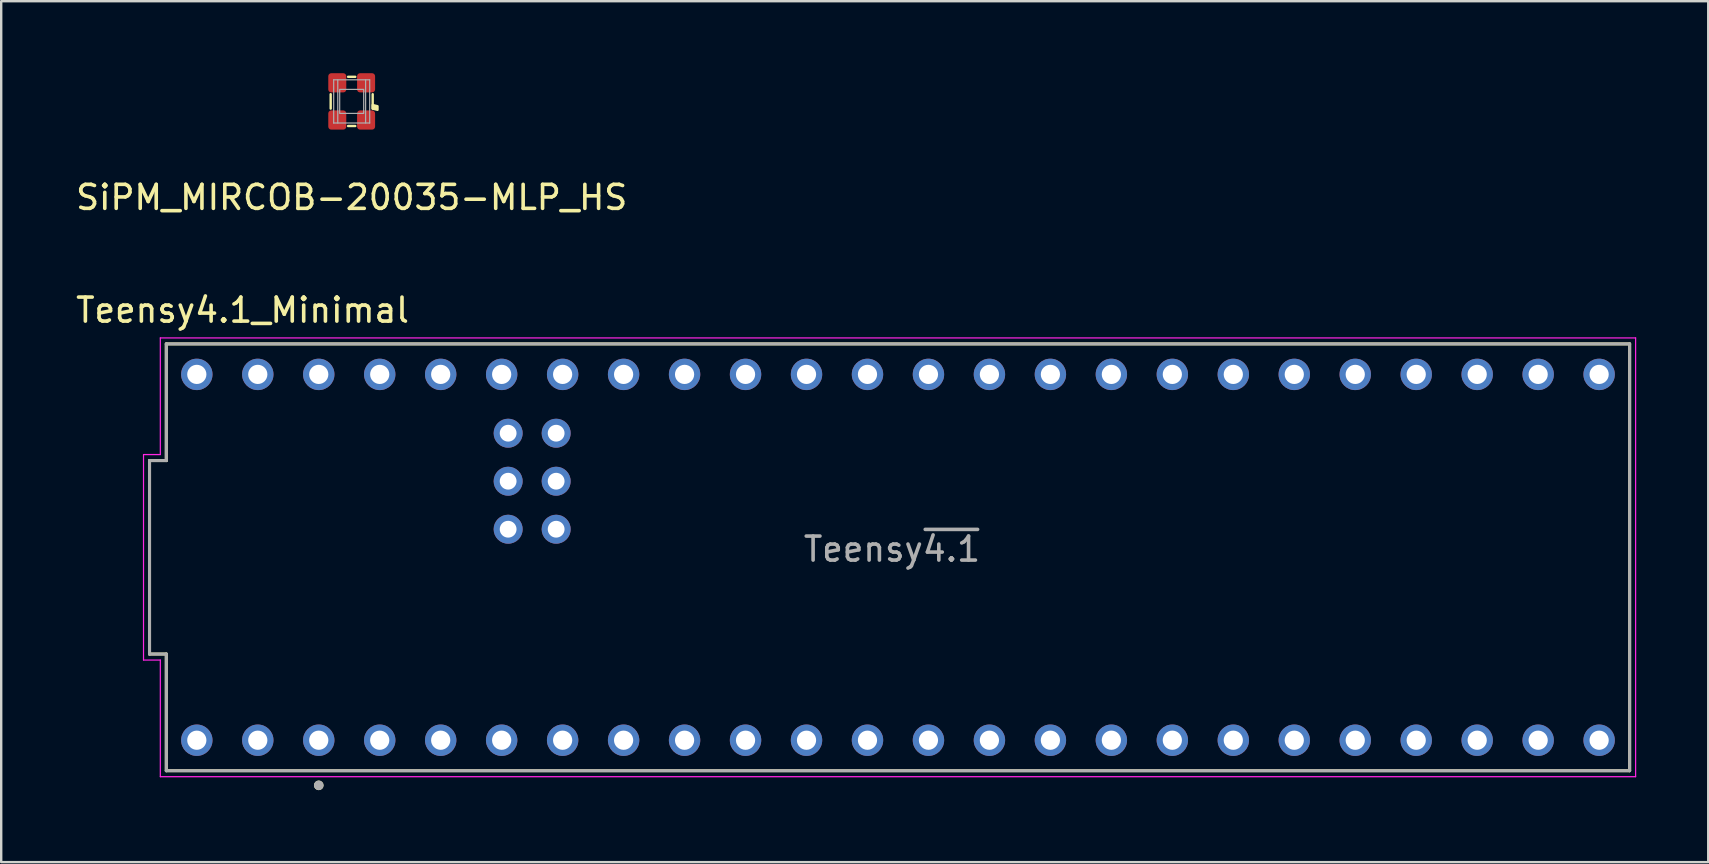
<source format=kicad_pcb>
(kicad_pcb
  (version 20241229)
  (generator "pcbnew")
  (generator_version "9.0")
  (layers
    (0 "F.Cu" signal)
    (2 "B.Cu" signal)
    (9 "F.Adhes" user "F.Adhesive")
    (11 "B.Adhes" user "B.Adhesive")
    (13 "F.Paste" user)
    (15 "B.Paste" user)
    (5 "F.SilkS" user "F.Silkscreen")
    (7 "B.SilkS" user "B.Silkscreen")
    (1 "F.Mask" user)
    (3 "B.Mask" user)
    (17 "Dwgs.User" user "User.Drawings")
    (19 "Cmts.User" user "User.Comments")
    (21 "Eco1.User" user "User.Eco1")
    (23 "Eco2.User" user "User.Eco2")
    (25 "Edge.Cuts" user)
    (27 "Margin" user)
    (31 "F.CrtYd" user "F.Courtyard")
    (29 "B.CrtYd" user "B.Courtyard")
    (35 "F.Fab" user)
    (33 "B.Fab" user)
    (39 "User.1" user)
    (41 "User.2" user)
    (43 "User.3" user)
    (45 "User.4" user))
  (footprint "SiPM_MIRCOB-20035-MLP_HS"
    (layer "F.Cu")
    (at 11.601 1.175)
    (property "Reference" "SiPM_MIRCOB-20035-MLP_HS" (at 0 4 0) (layer "F.SilkS") (effects (font (size 1 1) (thickness 0.15))))
    (attr through_hole)
    (fp_line (start -0.875 0.3) (end -0.875 -0.3) (stroke (width 0.1) (type solid)) (layer "F.SilkS"))
    (fp_line (start -0.15 -1.025) (end 0.15 -1.025) (stroke (width 0.1) (type solid)) (layer "F.SilkS"))
    (fp_line (start 0.15 1.025) (end -0.15 1.025) (stroke (width 0.1) (type solid)) (layer "F.SilkS"))
    (fp_line (start 0.875 -0.3) (end 0.875 0.3) (stroke (width 0.1) (type solid)) (layer "F.SilkS"))
    (fp_poly (pts (xy 1.075 0.2) (xy 1.075 0.35) (xy 0.875 0.3) (xy 0.875 0.15)) (stroke (width 0.1) (type solid)) (fill yes) (layer "F.SilkS"))
    (fp_line (start -0.75 -0.9) (end 0.75 -0.9) (stroke (width 0.05) (type solid)) (layer "F.Fab"))
    (fp_line (start -0.75 0.9) (end -0.75 -0.9) (stroke (width 0.05) (type solid)) (layer "F.Fab"))
    (fp_line (start -0.58 -0.9) (end -0.58 0.9) (stroke (width 0.05) (type solid)) (layer "F.Fab"))
    (fp_line (start 0.58 -0.9) (end 0.58 0.9) (stroke (width 0.05) (type solid)) (layer "F.Fab"))
    (fp_line (start 0.75 -0.9) (end 0.75 0.9) (stroke (width 0.05) (type solid)) (layer "F.Fab"))
    (fp_line (start 0.75 0.9) (end -0.75 0.9) (stroke (width 0.05) (type solid)) (layer "F.Fab"))
    (fp_poly (pts (xy 0.5 0.5) (xy -0.5 0.5) (xy -0.5 -0.5) (xy 0.5 -0.5)) (stroke (width 0.05) (type solid)) (fill no) (layer "F.Fab"))
    (pad "1" smd custom (at -0.35 0.5) (size 0.25 0.25) (layers "F.Cu" "F.Mask" "F.Paste") (options (anchor circle)) (primitives (gr_poly (pts (xy 0.125 0.4) (xy -0.125 0.4) (xy -0.125 0) (xy 0.125 0)) (width 0) (fill yes)) (gr_poly (pts (xy -0.625 0.55) (xy -0.625 0) (xy -0.5 -0.125) (xy 0 -0.125) (xy 0.125 0) (xy 0.125 0.55) (xy 0 0.675) (xy -0.5 0.675)) (width 0) (fill yes)) (gr_circle (center 0 0.55) (end 0 0.55) (width 0.25) (fill no)) (gr_circle (center -0.5 0.55) (end -0.5 0.55) (width 0.25) (fill no)) (gr_circle (center -0.5 0) (end -0.5 0) (width 0.25) (fill no))))
    (pad "2" smd custom (at 0.35 0.5) (size 0.25 0.25) (layers "F.Cu" "F.Mask" "F.Paste") (options (anchor circle)) (primitives (gr_poly (pts (xy 0.125 0.4) (xy -0.125 0.4) (xy -0.125 0) (xy 0.125 0)) (width 0) (fill yes)) (gr_circle (center 0.5 0) (end 0.5 0) (width 0.25) (fill no)) (gr_circle (center 0 0.55) (end 0 0.55) (width 0.25) (fill no)) (gr_poly (pts (xy -0.125 0.55) (xy -0.125 0) (xy 0 -0.125) (xy 0.5 -0.125) (xy 0.625 0) (xy 0.625 0.55) (xy 0.5 0.675) (xy 0 0.675)) (width 0) (fill yes)) (gr_circle (center 0.5 0.55) (end 0.5 0.55) (width 0.25) (fill no))))
    (pad "3" smd custom (at 0.35 -0.5) (size 0.25 0.25) (layers "F.Cu" "F.Mask" "F.Paste") (options (anchor circle)) (primitives (gr_poly (pts (xy 0.125 0) (xy -0.125 0) (xy -0.125 -0.4) (xy 0.125 -0.4)) (width 0) (fill yes)) (gr_circle (center 0 -0.55) (end 0 -0.55) (width 0.25) (fill no)) (gr_circle (center 0.5 0) (end 0.5 0) (width 0.25) (fill no)) (gr_poly (pts (xy 0.625 -0.55) (xy 0.625 0) (xy 0.5 0.125) (xy 0 0.125) (xy -0.125 0) (xy -0.125 -0.55) (xy 0 -0.675) (xy 0.5 -0.675)) (width 0) (fill yes)) (gr_circle (center 0.5 -0.55) (end 0.5 -0.55) (width 0.25) (fill no))))
    (pad "4" smd custom (at -0.35 -0.5) (size 0.25 0.25) (layers "F.Cu" "F.Mask" "F.Paste") (options (anchor circle)) (primitives (gr_poly (pts (xy 0.125 0) (xy -0.125 0) (xy -0.125 -0.4) (xy 0.125 -0.4)) (width 0) (fill yes)) (gr_circle (center -0.5 -0.55) (end -0.5 -0.55) (width 0.25) (fill no)) (gr_circle (center -0.5 0) (end -0.5 0) (width 0.25) (fill no)) (gr_poly (pts (xy 0.125 -0.55) (xy 0.125 0) (xy 0 0.125) (xy -0.5 0.125) (xy -0.625 0) (xy -0.625 -0.55) (xy -0.5 -0.675) (xy 0 -0.675)) (width 0) (fill yes)) (gr_circle (center 0 -0.55) (end 0 -0.55) (width 0.25) (fill no)))))
  (footprint "Teensy4.1_Minimal"
    (layer "F.Cu")
    (at 34.359 20.167)
    (property "Reference" "Teensy4.1_Minimal" (at -27.305 -10.295 0) (layer "F.SilkS") (effects (font (size 1 1) (thickness 0.15))))
    (attr through_hole)
    (fp_line (start -31.18 4.03) (end -31.18 -4.03) (stroke (width 0.127) (type solid)) (layer "F.SilkS"))
    (fp_line (start -30.48 -8.89) (end -30.48 -4.03) (stroke (width 0.127) (type solid)) (layer "F.SilkS"))
    (fp_line (start -30.48 -8.89) (end 30.48 -8.89) (stroke (width 0.127) (type solid)) (layer "F.SilkS"))
    (fp_line (start -30.48 -4.03) (end -31.18 -4.03) (stroke (width 0.127) (type solid)) (layer "F.SilkS"))
    (fp_line (start -30.48 4.03) (end -31.18 4.03) (stroke (width 0.127) (type solid)) (layer "F.SilkS"))
    (fp_line (start -30.48 8.89) (end -30.48 4.03) (stroke (width 0.127) (type solid)) (layer "F.SilkS"))
    (fp_line (start 30.48 -8.89) (end 30.48 8.89) (stroke (width 0.127) (type solid)) (layer "F.SilkS"))
    (fp_line (start 30.48 8.89) (end -30.48 8.89) (stroke (width 0.127) (type solid)) (layer "F.SilkS"))
    (fp_circle (center -24.13 9.5) (end -24.03 9.5) (stroke (width 0.2) (type solid)) (fill no) (layer "F.SilkS"))
    (fp_line (start -31.43 4.28) (end -31.43 -4.28) (stroke (width 0.05) (type solid)) (layer "F.CrtYd"))
    (fp_line (start -30.73 -9.14) (end -30.73 -4.28) (stroke (width 0.05) (type solid)) (layer "F.CrtYd"))
    (fp_line (start -30.73 -9.14) (end 30.73 -9.14) (stroke (width 0.05) (type solid)) (layer "F.CrtYd"))
    (fp_line (start -30.73 -4.28) (end -31.43 -4.28) (stroke (width 0.05) (type solid)) (layer "F.CrtYd"))
    (fp_line (start -30.73 4.28) (end -31.43 4.28) (stroke (width 0.05) (type solid)) (layer "F.CrtYd"))
    (fp_line (start -30.73 9.14) (end -30.73 4.28) (stroke (width 0.05) (type solid)) (layer "F.CrtYd"))
    (fp_line (start 30.73 -9.14) (end 30.73 9.14) (stroke (width 0.05) (type solid)) (layer "F.CrtYd"))
    (fp_line (start 30.73 9.14) (end -30.73 9.14) (stroke (width 0.05) (type solid)) (layer "F.CrtYd"))
    (fp_line (start -31.18 4.03) (end -31.18 -4.03) (stroke (width 0.127) (type solid)) (layer "F.Fab"))
    (fp_line (start -30.48 -8.89) (end -30.48 -4.03) (stroke (width 0.127) (type solid)) (layer "F.Fab"))
    (fp_line (start -30.48 -8.89) (end 30.48 -8.89) (stroke (width 0.127) (type solid)) (layer "F.Fab"))
    (fp_line (start -30.48 -4.03) (end -31.18 -4.03) (stroke (width 0.127) (type solid)) (layer "F.Fab"))
    (fp_line (start -30.48 4.03) (end -31.18 4.03) (stroke (width 0.127) (type solid)) (layer "F.Fab"))
    (fp_line (start -30.48 8.89) (end -30.48 4.03) (stroke (width 0.127) (type solid)) (layer "F.Fab"))
    (fp_line (start 30.48 -8.89) (end 30.48 8.89) (stroke (width 0.127) (type solid)) (layer "F.Fab"))
    (fp_line (start 30.48 8.89) (end -30.48 8.89) (stroke (width 0.127) (type solid)) (layer "F.Fab"))
    (fp_circle (center -24.13 9.5) (end -24.03 9.5) (stroke (width 0.2) (type solid)) (fill no) (layer "F.Fab"))
    (fp_text user "Teensy~{4.1}" (at -0.25 -0.34 0) (layer "F.Fab") (effects (font (size 1 1) (thickness 0.15))))
    (pad "0" thru_hole circle (at -26.67 7.62) (size 1.308 1.308) (drill 0.8) (layers "*.Cu" "*.Mask"))
    (pad "1" thru_hole circle (at -24.13 7.62) (size 1.308 1.308) (drill 0.8) (layers "*.Cu" "*.Mask"))
    (pad "2" thru_hole circle (at -21.59 7.62) (size 1.308 1.308) (drill 0.8) (layers "*.Cu" "*.Mask"))
    (pad "3" thru_hole circle (at -19.05 7.62) (size 1.308 1.308) (drill 0.8) (layers "*.Cu" "*.Mask"))
    (pad "3.3V_1" thru_hole circle (at 6.35 7.62) (size 1.308 1.308) (drill 0.8) (layers "*.Cu" "*.Mask"))
    (pad "3.3V_2" thru_hole circle (at -24.13 -7.62) (size 1.308 1.308) (drill 0.8) (layers "*.Cu" "*.Mask"))
    (pad "4" thru_hole circle (at -16.51 7.62) (size 1.308 1.308) (drill 0.8) (layers "*.Cu" "*.Mask"))
    (pad "5" thru_hole circle (at -13.97 7.62) (size 1.308 1.308) (drill 0.8) (layers "*.Cu" "*.Mask"))
    (pad "6" thru_hole circle (at -11.43 7.62) (size 1.308 1.308) (drill 0.8) (layers "*.Cu" "*.Mask"))
    (pad "7" thru_hole circle (at -8.89 7.62) (size 1.308 1.308) (drill 0.8) (layers "*.Cu" "*.Mask"))
    (pad "8" thru_hole circle (at -6.35 7.62) (size 1.308 1.308) (drill 0.8) (layers "*.Cu" "*.Mask"))
    (pad "9" thru_hole circle (at -3.81 7.62) (size 1.308 1.308) (drill 0.8) (layers "*.Cu" "*.Mask"))
    (pad "10" thru_hole circle (at -1.27 7.62) (size 1.308 1.308) (drill 0.8) (layers "*.Cu" "*.Mask"))
    (pad "11" thru_hole circle (at 1.27 7.62) (size 1.308 1.308) (drill 0.8) (layers "*.Cu" "*.Mask"))
    (pad "12" thru_hole circle (at 3.81 7.62) (size 1.308 1.308) (drill 0.8) (layers "*.Cu" "*.Mask"))
    (pad "13" thru_hole circle (at 3.81 -7.62) (size 1.308 1.308) (drill 0.8) (layers "*.Cu" "*.Mask"))
    (pad "14" thru_hole circle (at 1.27 -7.62) (size 1.308 1.308) (drill 0.8) (layers "*.Cu" "*.Mask"))
    (pad "15" thru_hole circle (at -1.27 -7.62) (size 1.308 1.308) (drill 0.8) (layers "*.Cu" "*.Mask"))
    (pad "16" thru_hole circle (at -3.81 -7.62) (size 1.308 1.308) (drill 0.8) (layers "*.Cu" "*.Mask"))
    (pad "17" thru_hole circle (at -6.35 -7.62) (size 1.308 1.308) (drill 0.8) (layers "*.Cu" "*.Mask"))
    (pad "18" thru_hole circle (at -8.89 -7.62) (size 1.308 1.308) (drill 0.8) (layers "*.Cu" "*.Mask"))
    (pad "19" thru_hole circle (at -11.43 -7.62) (size 1.308 1.308) (drill 0.8) (layers "*.Cu" "*.Mask"))
    (pad "20" thru_hole circle (at -13.97 -7.62) (size 1.308 1.308) (drill 0.8) (layers "*.Cu" "*.Mask"))
    (pad "21" thru_hole circle (at -16.51 -7.62) (size 1.308 1.308) (drill 0.8) (layers "*.Cu" "*.Mask"))
    (pad "22" thru_hole circle (at -19.05 -7.62) (size 1.308 1.308) (drill 0.8) (layers "*.Cu" "*.Mask"))
    (pad "23" thru_hole circle (at -21.59 -7.62) (size 1.308 1.308) (drill 0.8) (layers "*.Cu" "*.Mask"))
    (pad "24" thru_hole circle (at 8.89 7.62) (size 1.308 1.308) (drill 0.8) (layers "*.Cu" "*.Mask"))
    (pad "25" thru_hole circle (at 11.43 7.62) (size 1.308 1.308) (drill 0.8) (layers "*.Cu" "*.Mask"))
    (pad "26" thru_hole circle (at 13.97 7.62) (size 1.308 1.308) (drill 0.8) (layers "*.Cu" "*.Mask"))
    (pad "27" thru_hole circle (at 16.51 7.62) (size 1.308 1.308) (drill 0.8) (layers "*.Cu" "*.Mask"))
    (pad "28" thru_hole circle (at 19.05 7.62) (size 1.308 1.308) (drill 0.8) (layers "*.Cu" "*.Mask"))
    (pad "29" thru_hole circle (at 21.59 7.62) (size 1.308 1.308) (drill 0.8) (layers "*.Cu" "*.Mask"))
    (pad "30" thru_hole circle (at 24.13 7.62) (size 1.308 1.308) (drill 0.8) (layers "*.Cu" "*.Mask"))
    (pad "31" thru_hole circle (at 26.67 7.62) (size 1.308 1.308) (drill 0.8) (layers "*.Cu" "*.Mask"))
    (pad "32" thru_hole circle (at 29.21 7.62) (size 1.308 1.308) (drill 0.8) (layers "*.Cu" "*.Mask"))
    (pad "33" thru_hole circle (at 29.21 -7.62) (size 1.308 1.308) (drill 0.8) (layers "*.Cu" "*.Mask"))
    (pad "34" thru_hole circle (at 26.67 -7.62) (size 1.308 1.308) (drill 0.8) (layers "*.Cu" "*.Mask"))
    (pad "35" thru_hole circle (at 24.13 -7.62) (size 1.308 1.308) (drill 0.8) (layers "*.Cu" "*.Mask"))
    (pad "36" thru_hole circle (at 21.59 -7.62) (size 1.308 1.308) (drill 0.8) (layers "*.Cu" "*.Mask"))
    (pad "37" thru_hole circle (at 19.05 -7.62) (size 1.308 1.308) (drill 0.8) (layers "*.Cu" "*.Mask"))
    (pad "38" thru_hole circle (at 16.51 -7.62) (size 1.308 1.308) (drill 0.8) (layers "*.Cu" "*.Mask"))
    (pad "39" thru_hole circle (at 13.97 -7.62) (size 1.308 1.308) (drill 0.8) (layers "*.Cu" "*.Mask"))
    (pad "40" thru_hole circle (at 11.43 -7.62) (size 1.308 1.308) (drill 0.8) (layers "*.Cu" "*.Mask"))
    (pad "41" thru_hole circle (at 8.89 -7.62) (size 1.308 1.308) (drill 0.8) (layers "*.Cu" "*.Mask"))
    (pad "GND1" thru_hole circle (at -29.21 7.62) (size 1.308 1.308) (drill 0.8) (layers "*.Cu" "*.Mask"))
    (pad "GND2" thru_hole circle (at 6.35 -7.62) (size 1.308 1.308) (drill 0.8) (layers "*.Cu" "*.Mask"))
    (pad "GND3" thru_hole circle (at -26.67 -7.62) (size 1.308 1.308) (drill 0.8) (layers "*.Cu" "*.Mask"))
    (pad "GND5" thru_hole circle (at -14.24 -3.17) (size 1.208 1.208) (drill 0.7) (layers "*.Cu" "*.Mask"))
    (pad "LED" thru_hole circle (at -16.24 -3.17) (size 1.208 1.208) (drill 0.7) (layers "*.Cu" "*.Mask"))
    (pad "R+" thru_hole circle (at -16.24 -5.17) (size 1.208 1.208) (drill 0.7) (layers "*.Cu" "*.Mask"))
    (pad "R-" thru_hole circle (at -14.24 -5.17) (size 1.208 1.208) (drill 0.7) (layers "*.Cu" "*.Mask"))
    (pad "T+" thru_hole circle (at -14.24 -1.17) (size 1.208 1.208) (drill 0.7) (layers "*.Cu" "*.Mask"))
    (pad "T-" thru_hole circle (at -16.24 -1.17) (size 1.208 1.208) (drill 0.7) (layers "*.Cu" "*.Mask"))
    (pad "VIN" thru_hole circle (at -29.21 -7.62) (size 1.308 1.308) (drill 0.8) (layers "*.Cu" "*.Mask")))
  (gr_rect
    (start -3 -3)
    (end 68.114 32.867)
    (stroke (width 0.1) (type default))
    (fill no)
    (layer "Edge.Cuts")))
</source>
